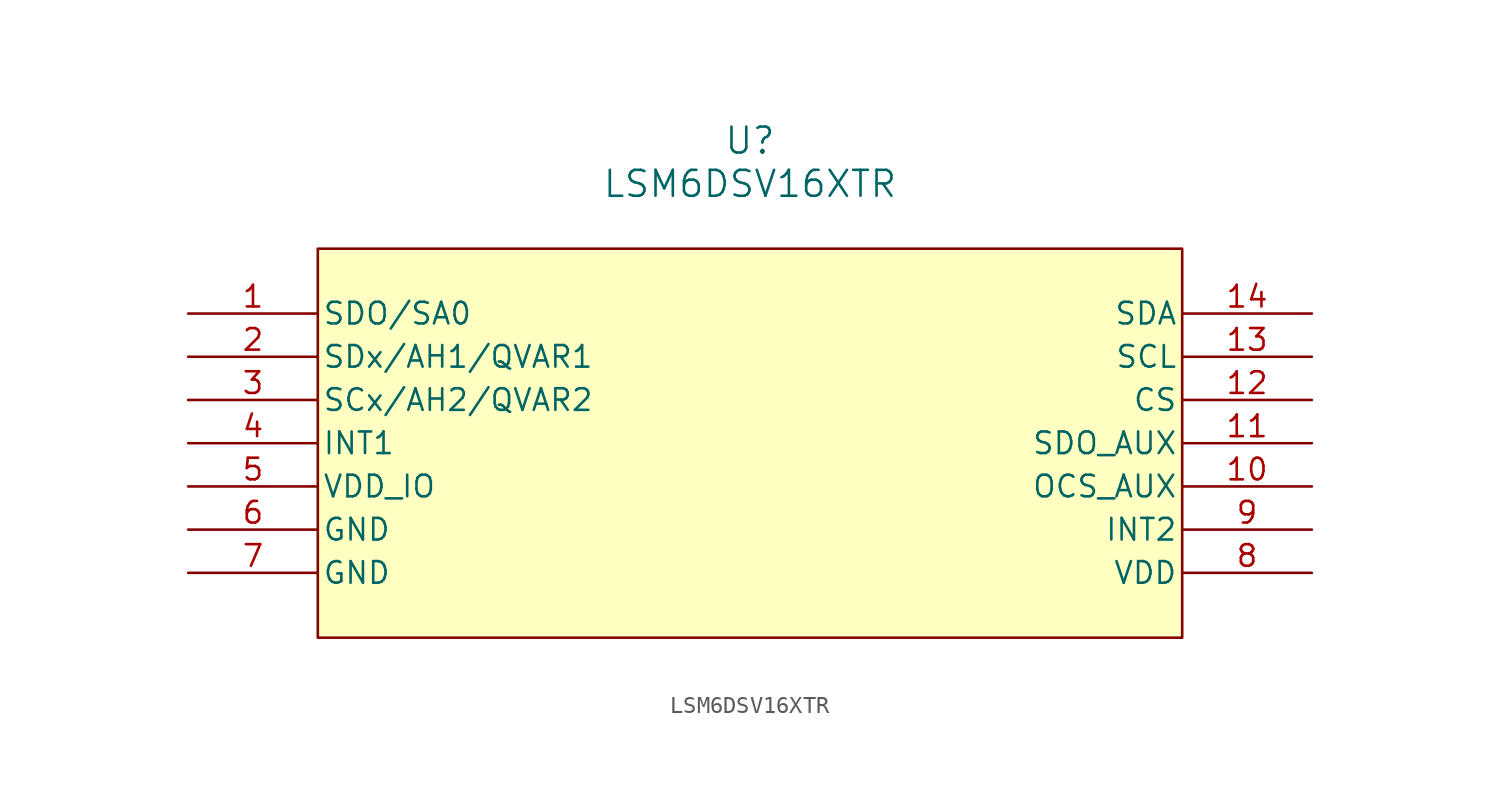
<source format=kicad_sym>
(kicad_symbol_lib
  (version 20231120)
  (generator "kicad_symbol_editor")
  (generator_version "8.0")
  (symbol "LSM6DSV16XTR"
    (pin_names
      (offset 0.254))
    (property "Reference" "U"
      (at 33.02 10.16 0)
      (effects (font (size 1.524 1.524))))
    (property "Value" "LSM6DSV16XTR"
      (at 33.02 7.62 0)
      (effects (font (size 1.524 1.524))))
    (property "ki_locked" ""
      (at 0 0 0)
      (effects (font (size 1.27 1.27))))
    (symbol "LSM6DSV16XTR_0_1"
      (pin unspecified line (at 0 0 0) (length 7.62) (name "SDO/SA0" (effects (font (size 1.27 1.27)))) (number "1" (effects (font (size 1.27 1.27)))))
      (pin unspecified line (at 66.04 -10.16 180) (length 7.62) (name "OCS_AUX" (effects (font (size 1.27 1.27)))) (number "10" (effects (font (size 1.27 1.27)))))
      (pin unspecified line (at 66.04 -7.62 180) (length 7.62) (name "SDO_AUX" (effects (font (size 1.27 1.27)))) (number "11" (effects (font (size 1.27 1.27)))))
      (pin unspecified line (at 66.04 -5.08 180) (length 7.62) (name "CS" (effects (font (size 1.27 1.27)))) (number "12" (effects (font (size 1.27 1.27)))))
      (pin unspecified line (at 66.04 -2.54 180) (length 7.62) (name "SCL" (effects (font (size 1.27 1.27)))) (number "13" (effects (font (size 1.27 1.27)))))
      (pin unspecified line (at 66.04 0 180) (length 7.62) (name "SDA" (effects (font (size 1.27 1.27)))) (number "14" (effects (font (size 1.27 1.27)))))
      (pin unspecified line (at 0 -2.54 0) (length 7.62) (name "SDx/AH1/QVAR1" (effects (font (size 1.27 1.27)))) (number "2" (effects (font (size 1.27 1.27)))))
      (pin unspecified line (at 0 -5.08 0) (length 7.62) (name "SCx/AH2/QVAR2" (effects (font (size 1.27 1.27)))) (number "3" (effects (font (size 1.27 1.27)))))
      (pin input line (at 0 -7.62 0) (length 7.62) (name "INT1" (effects (font (size 1.27 1.27)))) (number "4" (effects (font (size 1.27 1.27)))))
      (pin power_in line (at 0 -10.16 0) (length 7.62) (name "VDD_IO" (effects (font (size 1.27 1.27)))) (number "5" (effects (font (size 1.27 1.27)))))
      (pin power_out line (at 0 -12.7 0) (length 7.62) (name "GND" (effects (font (size 1.27 1.27)))) (number "6" (effects (font (size 1.27 1.27)))))
      (pin power_out line (at 0 -15.24 0) (length 7.62) (name "GND" (effects (font (size 1.27 1.27)))) (number "7" (effects (font (size 1.27 1.27)))))
      (pin power_in line (at 66.04 -15.24 180) (length 7.62) (name "VDD" (effects (font (size 1.27 1.27)))) (number "8" (effects (font (size 1.27 1.27)))))
      (pin input line (at 66.04 -12.7 180) (length 7.62) (name "INT2" (effects (font (size 1.27 1.27)))) (number "9" (effects (font (size 1.27 1.27))))))
    (symbol "LSM6DSV16XTR_1_1"
      (rectangle (start 7.62 3.81) (end 58.42 -19.05) (stroke (width 0) (type default)) (fill (type background))))))
</source>
